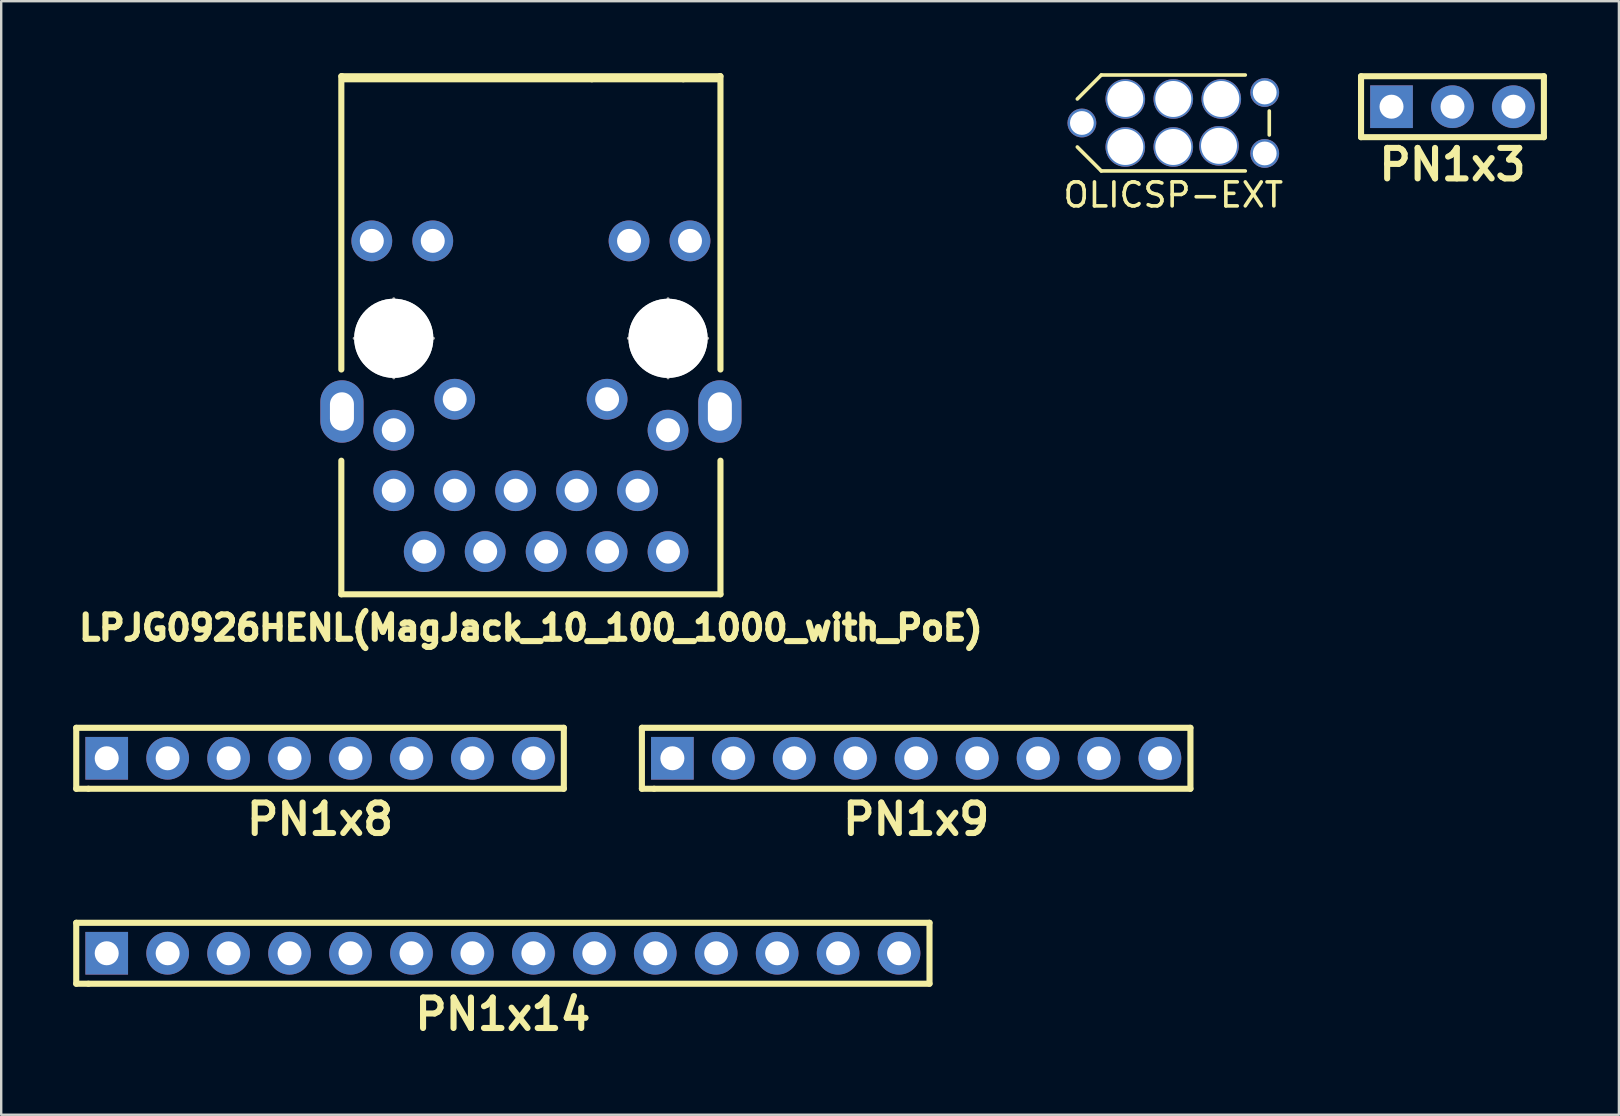
<source format=kicad_pcb>
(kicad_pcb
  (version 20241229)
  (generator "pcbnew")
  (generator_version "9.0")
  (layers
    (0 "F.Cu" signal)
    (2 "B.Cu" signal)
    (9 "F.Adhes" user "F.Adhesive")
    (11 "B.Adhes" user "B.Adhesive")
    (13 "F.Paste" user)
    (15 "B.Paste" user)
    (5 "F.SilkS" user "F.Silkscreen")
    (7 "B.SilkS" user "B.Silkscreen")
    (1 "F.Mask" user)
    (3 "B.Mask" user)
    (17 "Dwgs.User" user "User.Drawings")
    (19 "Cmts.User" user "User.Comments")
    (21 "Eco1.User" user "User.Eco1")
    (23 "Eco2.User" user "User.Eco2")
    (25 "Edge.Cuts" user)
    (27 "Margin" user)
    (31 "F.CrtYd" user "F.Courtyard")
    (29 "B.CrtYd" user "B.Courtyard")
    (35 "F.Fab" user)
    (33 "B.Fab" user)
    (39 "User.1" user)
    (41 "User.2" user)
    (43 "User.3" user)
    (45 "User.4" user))
  (footprint "OLICSP-EXT"
    (layer "F.Cu")
    (at 45.847 2.075)
    (property "Reference" "OLICSP-EXT" (at 0 3 0) (layer "F.SilkS") (effects (font (size 1 1) (thickness 0.15))))
    (attr through_hole)
    (fp_line (start -4 1) (end -3 2) (stroke (width 0.15) (type solid)) (layer "F.SilkS"))
    (fp_line (start -3 -2) (end -4 -1) (stroke (width 0.15) (type solid)) (layer "F.SilkS"))
    (fp_line (start -3 2) (end 3 2) (stroke (width 0.15) (type solid)) (layer "F.SilkS"))
    (fp_line (start 3 -2) (end -3 -2) (stroke (width 0.15) (type solid)) (layer "F.SilkS"))
    (fp_line (start 4 -0.5) (end 4 0.5) (stroke (width 0.15) (type solid)) (layer "F.SilkS"))
    (pad "" thru_hole circle (at -3.81 0) (size 1.2 1.2) (drill 0.991) (layers "*.Cu" "*.Mask"))
    (pad "" thru_hole circle (at 3.81 -1.27) (size 1.2 1.2) (drill 0.991) (layers "*.Cu" "*.Mask"))
    (pad "" thru_hole circle (at 3.81 1.27) (size 1.2 1.2) (drill 0.991) (layers "*.Cu" "*.Mask"))
    (pad "1" thru_hole circle (at -2 1) (size 1.65 1.65) (drill 1.5) (layers "*.Cu" "*.Mask"))
    (pad "2" thru_hole circle (at -2 -1) (size 1.65 1.65) (drill 1.5) (layers "*.Cu" "*.Mask"))
    (pad "3" thru_hole circle (at 0 1) (size 1.65 1.65) (drill 1.5) (layers "*.Cu" "*.Mask"))
    (pad "4" thru_hole circle (at 0 -1) (size 1.65 1.65) (drill 1.5) (layers "*.Cu" "*.Mask"))
    (pad "5" thru_hole circle (at 1.905 0.953) (size 1.65 1.65) (drill 1.5) (layers "*.Cu" "*.Mask"))
    (pad "6" thru_hole circle (at 2 -1) (size 1.65 1.65) (drill 1.5) (layers "*.Cu" "*.Mask")))
  (footprint "PN1x3"
    (layer "F.Cu")
    (at 57.481 1.397)
    (property "Reference" "PN1x3" (at 0 2.413 0) (layer "F.SilkS") (effects (font (size 1.27 1.27) (thickness 0.254))))
    (attr through_hole)
    (fp_line (start -3.81 -1.27) (end -3.81 1.27) (stroke (width 0.254) (type solid)) (layer "F.SilkS"))
    (fp_line (start -3.81 -1.27) (end 3.81 -1.27) (stroke (width 0.254) (type solid)) (layer "F.SilkS"))
    (fp_line (start 3.81 -1.27) (end 3.81 1.27) (stroke (width 0.254) (type solid)) (layer "F.SilkS"))
    (fp_line (start 3.81 1.27) (end -3.81 1.27) (stroke (width 0.254) (type solid)) (layer "F.SilkS"))
    (pad "1" thru_hole rect (at -2.54 0) (size 1.778 1.778) (drill 1) (layers "*.Cu" "*.Mask"))
    (pad "2" thru_hole circle (at 0 0) (size 1.778 1.778) (drill 1) (layers "*.Cu" "*.Mask"))
    (pad "3" thru_hole circle (at 2.54 0) (size 1.778 1.778) (drill 1) (layers "*.Cu" "*.Mask")))
  (footprint "LPJG0926HENL(MagJack_10_100_1000_with_PoE)"
    (layer "F.Cu")
    (at 19.075 11.049)
    (property "Reference" "LPJG0926HENL(MagJack_10_100_1000_with_PoE)" (at 0 12.065 0) (layer "F.SilkS") (effects (font (size 1.016 1.016) (thickness 0.254))))
    (attr through_hole)
    (fp_line (start -7.9 -10.922) (end -7.9 1.3) (stroke (width 0.254) (type solid)) (layer "F.SilkS"))
    (fp_line (start -7.9 10.668) (end -7.9 5.1) (stroke (width 0.254) (type solid)) (layer "F.SilkS"))
    (fp_line (start -7.9 10.668) (end 7.9 10.668) (stroke (width 0.254) (type solid)) (layer "F.SilkS"))
    (fp_line (start -7.874 -10.922) (end -7.899 -10.922) (stroke (width 0.254) (type solid)) (layer "F.SilkS"))
    (fp_line (start 2.54 -10.795) (end -7.874 -10.795) (stroke (width 0.254) (type solid)) (layer "F.SilkS"))
    (fp_line (start 6.35 -10.795) (end 2.54 -10.795) (stroke (width 0.254) (type solid)) (layer "F.SilkS"))
    (fp_line (start 7.874 -10.922) (end -7.874 -10.922) (stroke (width 0.254) (type solid)) (layer "F.SilkS"))
    (fp_line (start 7.874 -10.795) (end 6.35 -10.795) (stroke (width 0.254) (type solid)) (layer "F.SilkS"))
    (fp_line (start 7.899 -10.922) (end 7.874 -10.922) (stroke (width 0.254) (type solid)) (layer "F.SilkS"))
    (fp_line (start 7.9 1.3) (end 7.9 -10.922) (stroke (width 0.254) (type solid)) (layer "F.SilkS"))
    (fp_line (start 7.9 10.668) (end 7.9 5.1) (stroke (width 0.254) (type solid)) (layer "F.SilkS"))
    (fp_circle (center -5.715 0) (end -4.115 0) (stroke (width 0.1) (type solid)) (fill no) (layer "Dwgs.User"))
    (fp_circle (center 5.715 0) (end 7.315 0) (stroke (width 0.1) (type solid)) (fill no) (layer "Dwgs.User"))
    (fp_line (start -7.363 0) (end -4.064 0) (stroke (width 0.127) (type solid)) (layer "F.Fab"))
    (fp_line (start -5.715 1.648) (end -5.715 -1.648) (stroke (width 0.127) (type solid)) (layer "F.Fab"))
    (fp_line (start 4.064 0) (end 7.363 0) (stroke (width 0.127) (type solid)) (layer "F.Fab"))
    (fp_line (start 5.715 1.648) (end 5.715 -1.648) (stroke (width 0.127) (type solid)) (layer "F.Fab"))
    (fp_circle (center -5.715 0) (end -6.538 0.823) (stroke (width 0.127) (type solid)) (fill no) (layer "F.Fab"))
    (fp_circle (center 5.715 0) (end 6.538 0.823) (stroke (width 0.127) (type solid)) (fill no) (layer "F.Fab"))
    (pad "" np_thru_hole circle (at -5.715 0) (size 3.3 3.3) (drill 3.3) (layers "*.Cu" "*.Mask"))
    (pad "" np_thru_hole circle (at 5.715 0) (size 3.3 3.3) (drill 3.3) (layers "*.Cu" "*.Mask"))
    (pad "0" thru_hole oval (at -7.875 3.05) (size 1.8 2.6) (drill oval 1 1.6) (layers "*.Cu" "*.Mask"))
    (pad "0" thru_hole oval (at 7.875 3.05) (size 1.8 2.6) (drill oval 1 1.6) (layers "*.Cu" "*.Mask"))
    (pad "1" thru_hole circle (at 5.715 8.89) (size 1.7 1.7) (drill 1) (layers "*.Cu" "*.Mask"))
    (pad "2" thru_hole circle (at 4.445 6.35) (size 1.7 1.7) (drill 1) (layers "*.Cu" "*.Mask"))
    (pad "3" thru_hole circle (at 3.175 8.89) (size 1.7 1.7) (drill 1) (layers "*.Cu" "*.Mask"))
    (pad "4" thru_hole circle (at 1.905 6.35) (size 1.7 1.7) (drill 1) (layers "*.Cu" "*.Mask"))
    (pad "5" thru_hole circle (at 0.635 8.89) (size 1.7 1.7) (drill 1) (layers "*.Cu" "*.Mask"))
    (pad "6" thru_hole circle (at -0.635 6.35) (size 1.7 1.7) (drill 1) (layers "*.Cu" "*.Mask"))
    (pad "7" thru_hole circle (at -1.905 8.89) (size 1.7 1.7) (drill 1) (layers "*.Cu" "*.Mask"))
    (pad "8" thru_hole circle (at -3.175 6.35) (size 1.7 1.7) (drill 1) (layers "*.Cu" "*.Mask"))
    (pad "9" thru_hole circle (at -4.445 8.89) (size 1.7 1.7) (drill 1) (layers "*.Cu" "*.Mask"))
    (pad "10" thru_hole circle (at -5.715 6.35) (size 1.7 1.7) (drill 1) (layers "*.Cu" "*.Mask"))
    (pad "11" thru_hole circle (at 5.715 3.83) (size 1.7 1.7) (drill 1) (layers "*.Cu" "*.Mask"))
    (pad "12" thru_hole circle (at 3.175 2.54) (size 1.7 1.7) (drill 1) (layers "*.Cu" "*.Mask"))
    (pad "13" thru_hole circle (at -3.175 2.54) (size 1.7 1.7) (drill 1) (layers "*.Cu" "*.Mask"))
    (pad "14" thru_hole circle (at -5.715 3.83) (size 1.7 1.7) (drill 1) (layers "*.Cu" "*.Mask"))
    (pad "15" thru_hole circle (at 6.63 -4.06) (size 1.7 1.7) (drill 1) (layers "*.Cu" "*.Mask"))
    (pad "16" thru_hole circle (at 4.09 -4.06) (size 1.7 1.7) (drill 1) (layers "*.Cu" "*.Mask"))
    (pad "17" thru_hole circle (at -4.09 -4.06) (size 1.7 1.7) (drill 1) (layers "*.Cu" "*.Mask"))
    (pad "18" thru_hole circle (at -6.63 -4.06) (size 1.7 1.7) (drill 1) (layers "*.Cu" "*.Mask")))
  (footprint "PN1x14"
    (layer "F.Cu")
    (at 17.907 36.677)
    (property "Reference" "PN1x14" (at 0 2.54 0) (layer "F.SilkS") (effects (font (size 1.27 1.27) (thickness 0.254))))
    (attr through_hole)
    (fp_line (start -17.78 -1.27) (end -17.78 1.27) (stroke (width 0.254) (type solid)) (layer "F.SilkS"))
    (fp_line (start -17.78 -1.27) (end 17.78 -1.27) (stroke (width 0.254) (type solid)) (layer "F.SilkS"))
    (fp_line (start -17.272 1.27) (end -17.78 1.27) (stroke (width 0.254) (type solid)) (layer "F.SilkS"))
    (fp_line (start 17.78 -1.27) (end 17.78 1.27) (stroke (width 0.254) (type solid)) (layer "F.SilkS"))
    (fp_line (start 17.78 1.27) (end -17.272 1.27) (stroke (width 0.254) (type solid)) (layer "F.SilkS"))
    (pad "1" thru_hole rect (at -16.51 0) (size 1.778 1.778) (drill 1) (layers "*.Cu" "*.Mask"))
    (pad "2" thru_hole circle (at -13.97 0) (size 1.778 1.778) (drill 1) (layers "*.Cu" "*.Mask"))
    (pad "3" thru_hole circle (at -11.43 0) (size 1.778 1.778) (drill 1) (layers "*.Cu" "*.Mask"))
    (pad "4" thru_hole circle (at -8.89 0) (size 1.778 1.778) (drill 1) (layers "*.Cu" "*.Mask"))
    (pad "5" thru_hole circle (at -6.35 0) (size 1.778 1.778) (drill 1) (layers "*.Cu" "*.Mask"))
    (pad "6" thru_hole circle (at -3.81 0) (size 1.778 1.778) (drill 1) (layers "*.Cu" "*.Mask"))
    (pad "7" thru_hole circle (at -1.27 0) (size 1.778 1.778) (drill 1) (layers "*.Cu" "*.Mask"))
    (pad "8" thru_hole circle (at 1.27 0) (size 1.778 1.778) (drill 1) (layers "*.Cu" "*.Mask"))
    (pad "9" thru_hole circle (at 3.81 0) (size 1.778 1.778) (drill 1) (layers "*.Cu" "*.Mask"))
    (pad "10" thru_hole circle (at 6.35 0) (size 1.778 1.778) (drill 1) (layers "*.Cu" "*.Mask"))
    (pad "11" thru_hole circle (at 8.89 0) (size 1.778 1.778) (drill 1) (layers "*.Cu" "*.Mask"))
    (pad "12" thru_hole circle (at 11.43 0) (size 1.778 1.778) (drill 1) (layers "*.Cu" "*.Mask"))
    (pad "13" thru_hole circle (at 13.97 0) (size 1.778 1.778) (drill 1) (layers "*.Cu" "*.Mask"))
    (pad "14" thru_hole circle (at 16.51 0) (size 1.778 1.778) (drill 1) (layers "*.Cu" "*.Mask")))
  (footprint "PN1x9"
    (layer "F.Cu")
    (at 35.131 28.551)
    (property "Reference" "PN1x9" (at 0 2.54 0) (layer "F.SilkS") (effects (font (size 1.27 1.27) (thickness 0.254))))
    (attr through_hole)
    (fp_line (start -11.43 -1.27) (end -11.43 1.27) (stroke (width 0.254) (type solid)) (layer "F.SilkS"))
    (fp_line (start -11.43 -1.27) (end 11.43 -1.27) (stroke (width 0.254) (type solid)) (layer "F.SilkS"))
    (fp_line (start -10.922 1.27) (end -11.43 1.27) (stroke (width 0.254) (type solid)) (layer "F.SilkS"))
    (fp_line (start 11.43 -1.27) (end 11.43 1.27) (stroke (width 0.254) (type solid)) (layer "F.SilkS"))
    (fp_line (start 11.43 1.27) (end -10.922 1.27) (stroke (width 0.254) (type solid)) (layer "F.SilkS"))
    (pad "1" thru_hole rect (at -10.16 0) (size 1.778 1.778) (drill 1) (layers "*.Cu" "*.Mask"))
    (pad "2" thru_hole circle (at -7.62 0) (size 1.778 1.778) (drill 1) (layers "*.Cu" "*.Mask"))
    (pad "3" thru_hole circle (at -5.08 0) (size 1.778 1.778) (drill 1) (layers "*.Cu" "*.Mask"))
    (pad "4" thru_hole circle (at -2.54 0) (size 1.778 1.778) (drill 1) (layers "*.Cu" "*.Mask"))
    (pad "5" thru_hole circle (at 0 0) (size 1.778 1.778) (drill 1) (layers "*.Cu" "*.Mask"))
    (pad "6" thru_hole circle (at 2.54 0) (size 1.778 1.778) (drill 1) (layers "*.Cu" "*.Mask"))
    (pad "7" thru_hole circle (at 5.08 0) (size 1.778 1.778) (drill 1) (layers "*.Cu" "*.Mask"))
    (pad "8" thru_hole circle (at 7.62 0) (size 1.778 1.778) (drill 1) (layers "*.Cu" "*.Mask"))
    (pad "9" thru_hole circle (at 10.16 0) (size 1.778 1.778) (drill 1) (layers "*.Cu" "*.Mask")))
  (footprint "PN1x8"
    (layer "F.Cu")
    (at 10.287 28.551)
    (property "Reference" "PN1x8" (at 0 2.54 0) (layer "F.SilkS") (effects (font (size 1.27 1.27) (thickness 0.254))))
    (attr through_hole)
    (fp_line (start -10.16 -1.27) (end -10.16 1.27) (stroke (width 0.254) (type solid)) (layer "F.SilkS"))
    (fp_line (start -10.16 -1.27) (end 10.16 -1.27) (stroke (width 0.254) (type solid)) (layer "F.SilkS"))
    (fp_line (start -9.652 1.27) (end -10.16 1.27) (stroke (width 0.254) (type solid)) (layer "F.SilkS"))
    (fp_line (start 10.16 -1.27) (end 10.16 1.27) (stroke (width 0.254) (type solid)) (layer "F.SilkS"))
    (fp_line (start 10.16 1.27) (end -9.652 1.27) (stroke (width 0.254) (type solid)) (layer "F.SilkS"))
    (pad "1" thru_hole rect (at -8.89 0) (size 1.778 1.778) (drill 1) (layers "*.Cu" "*.Mask"))
    (pad "2" thru_hole circle (at -6.35 0) (size 1.778 1.778) (drill 1) (layers "*.Cu" "*.Mask"))
    (pad "3" thru_hole circle (at -3.81 0) (size 1.778 1.778) (drill 1) (layers "*.Cu" "*.Mask"))
    (pad "4" thru_hole circle (at -1.27 0) (size 1.778 1.778) (drill 1) (layers "*.Cu" "*.Mask"))
    (pad "5" thru_hole circle (at 1.27 0) (size 1.778 1.778) (drill 1) (layers "*.Cu" "*.Mask"))
    (pad "6" thru_hole circle (at 3.81 0) (size 1.778 1.778) (drill 1) (layers "*.Cu" "*.Mask"))
    (pad "7" thru_hole circle (at 6.35 0) (size 1.778 1.778) (drill 1) (layers "*.Cu" "*.Mask"))
    (pad "8" thru_hole circle (at 8.89 0) (size 1.778 1.778) (drill 1) (layers "*.Cu" "*.Mask")))
  (gr_rect
    (start -3 -3)
    (end 64.418 43.406)
    (stroke (width 0.1) (type default))
    (fill no)
    (layer "Edge.Cuts")))
</source>
